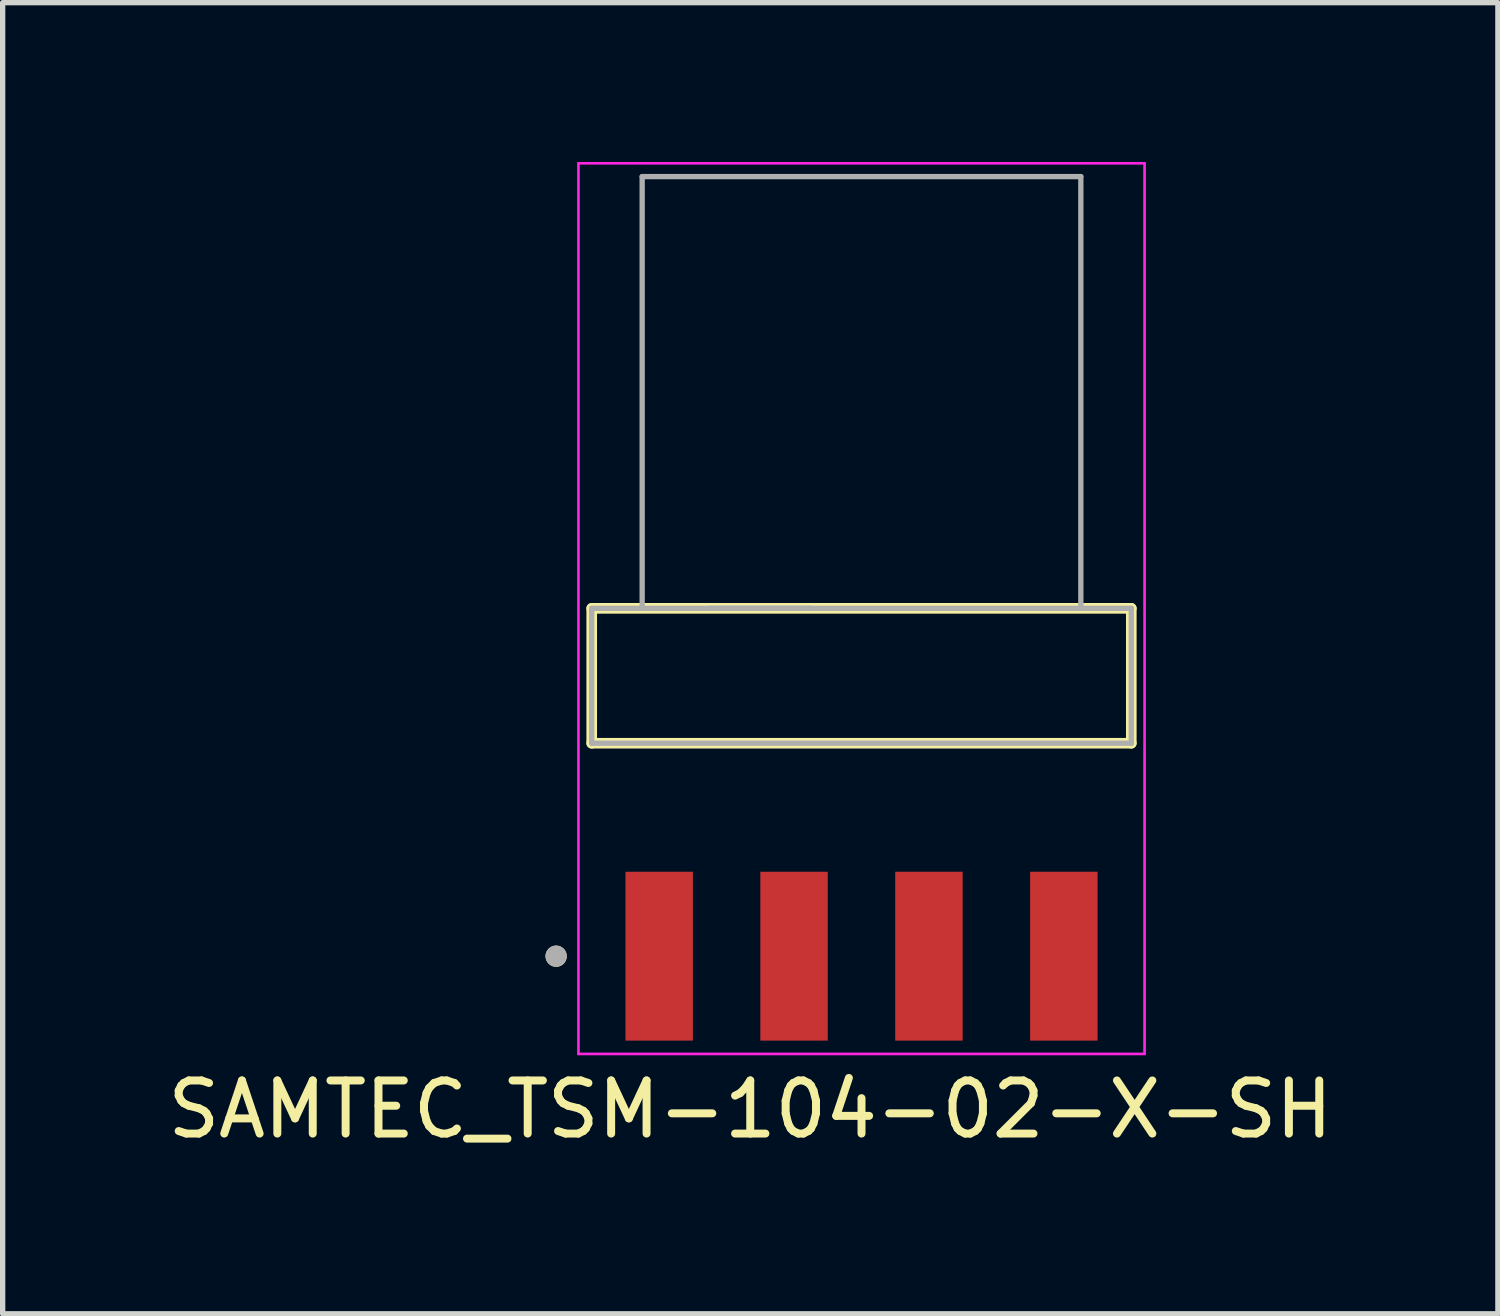
<source format=kicad_pcb>
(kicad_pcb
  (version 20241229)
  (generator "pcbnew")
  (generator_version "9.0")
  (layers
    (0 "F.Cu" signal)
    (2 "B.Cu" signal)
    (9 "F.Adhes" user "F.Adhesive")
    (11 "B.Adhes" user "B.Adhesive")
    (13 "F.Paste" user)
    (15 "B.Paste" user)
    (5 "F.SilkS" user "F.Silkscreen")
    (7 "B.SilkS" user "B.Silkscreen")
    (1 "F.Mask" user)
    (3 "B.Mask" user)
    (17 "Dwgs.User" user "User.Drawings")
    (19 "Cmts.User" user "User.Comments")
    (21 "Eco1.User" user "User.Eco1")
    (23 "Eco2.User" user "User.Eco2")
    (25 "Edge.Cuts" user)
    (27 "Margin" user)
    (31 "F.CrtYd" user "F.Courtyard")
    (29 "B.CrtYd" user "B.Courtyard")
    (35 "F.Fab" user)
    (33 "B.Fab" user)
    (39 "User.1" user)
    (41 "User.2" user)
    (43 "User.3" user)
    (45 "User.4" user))
  (footprint "SAMTEC_TSM-104-02-X-SH"
    (layer "F.Cu")
    (at 13.172 9.675)
    (property "Reference" "SAMTEC_TSM-104-02-X-SH" (at -2.095 8.165 0) (layer "F.SilkS") (effects (font (size 1 1) (thickness 0.15))))
    (attr smd)
    (fp_line (start -5.08 -1.27) (end -5.08 1.27) (stroke (width 0.2) (type solid)) (layer "F.SilkS"))
    (fp_line (start -5.08 1.27) (end 5.08 1.27) (stroke (width 0.2) (type solid)) (layer "F.SilkS"))
    (fp_line (start 5.08 -1.27) (end -5.08 -1.27) (stroke (width 0.2) (type solid)) (layer "F.SilkS"))
    (fp_line (start 5.08 1.27) (end 5.08 -1.27) (stroke (width 0.2) (type solid)) (layer "F.SilkS"))
    (fp_circle (center -5.75 5.28) (end -5.65 5.28) (stroke (width 0.2) (type solid)) (fill no) (layer "F.SilkS"))
    (fp_line (start -5.33 -9.65) (end -5.33 7.12) (stroke (width 0.05) (type solid)) (layer "F.CrtYd"))
    (fp_line (start -5.33 7.12) (end 5.33 7.12) (stroke (width 0.05) (type solid)) (layer "F.CrtYd"))
    (fp_line (start 5.33 -9.65) (end -5.33 -9.65) (stroke (width 0.05) (type solid)) (layer "F.CrtYd"))
    (fp_line (start 5.33 7.12) (end 5.33 -9.65) (stroke (width 0.05) (type solid)) (layer "F.CrtYd"))
    (fp_line (start -5.08 -1.27) (end -4.13 -1.27) (stroke (width 0.1) (type solid)) (layer "F.Fab"))
    (fp_line (start -5.08 1.27) (end -5.08 -1.27) (stroke (width 0.1) (type solid)) (layer "F.Fab"))
    (fp_line (start -5.08 1.27) (end 5.08 1.27) (stroke (width 0.1) (type solid)) (layer "F.Fab"))
    (fp_line (start -4.13 -9.4) (end 4.13 -9.4) (stroke (width 0.1) (type solid)) (layer "F.Fab"))
    (fp_line (start -4.13 -1.27) (end -4.13 -9.4) (stroke (width 0.1) (type solid)) (layer "F.Fab"))
    (fp_line (start -4.13 -1.27) (end 4.13 -1.27) (stroke (width 0.1) (type solid)) (layer "F.Fab"))
    (fp_line (start -2.858 -1.27) (end -0.952 -1.27) (stroke (width 0.1) (type solid)) (layer "F.Fab"))
    (fp_line (start 4.13 -1.27) (end 4.13 -9.4) (stroke (width 0.1) (type solid)) (layer "F.Fab"))
    (fp_line (start 4.13 -1.27) (end 5.08 -1.27) (stroke (width 0.1) (type solid)) (layer "F.Fab"))
    (fp_line (start 5.08 -1.27) (end 5.08 1.27) (stroke (width 0.1) (type solid)) (layer "F.Fab"))
    (fp_circle (center -5.75 5.28) (end -5.65 5.28) (stroke (width 0.2) (type solid)) (fill no) (layer "F.Fab"))
    (pad "01" smd rect (at -3.81 5.28) (size 1.27 3.18) (layers "F.Cu" "F.Mask" "F.Paste"))
    (pad "02" smd rect (at -1.27 5.28) (size 1.27 3.18) (layers "F.Cu" "F.Mask" "F.Paste"))
    (pad "03" smd rect (at 1.27 5.28) (size 1.27 3.18) (layers "F.Cu" "F.Mask" "F.Paste"))
    (pad "04" smd rect (at 3.81 5.28) (size 1.27 3.18) (layers "F.Cu" "F.Mask" "F.Paste")))
  (gr_rect
    (start -3 -3)
    (end 25.155 21.688)
    (stroke (width 0.1) (type default))
    (fill no)
    (layer "Edge.Cuts")))
</source>
